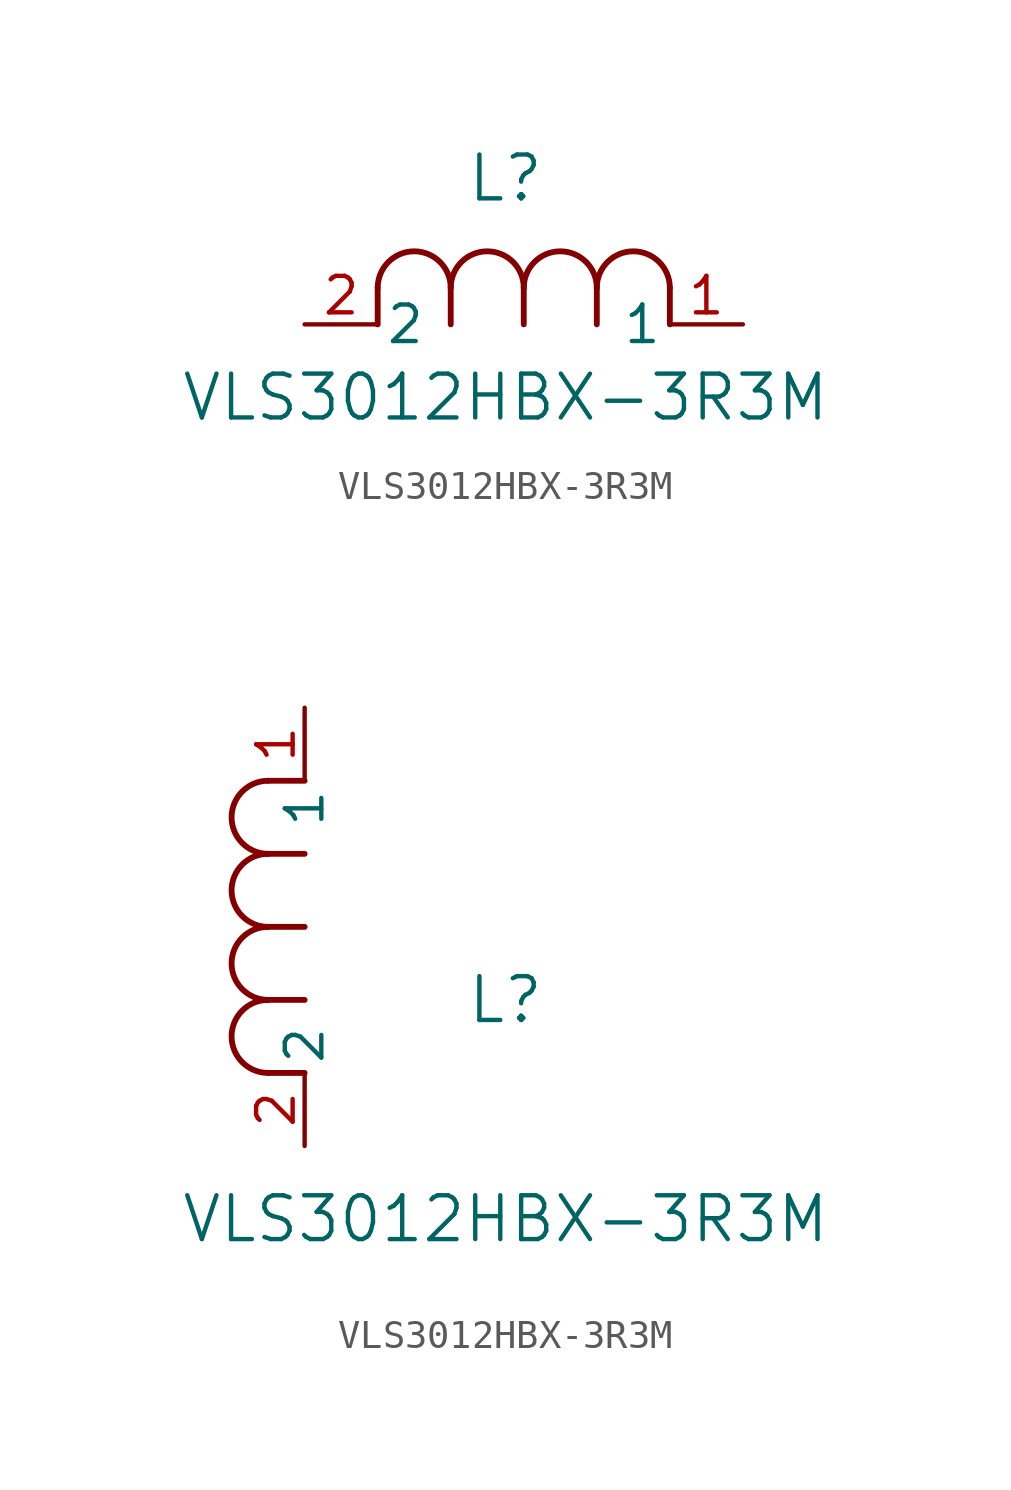
<source format=kicad_sym>
(kicad_symbol_lib
  (version 20211014)
  (generator kicad_symbol_editor)
  (symbol "VLS3012HBX-3R3M"
    (pin_names
      (offset 0.254))
    (property "Reference" "L"
      (at 6.985 5.08 0)
      (effects (font (size 1.524 1.524))))
    (property "Value" "VLS3012HBX-3R3M"
      (at 6.985 -2.54 0)
      (effects (font (size 1.524 1.524))))
    (symbol "VLS3012HBX-3R3M_1_1"
      (arc (start 7.62 1.27) (mid 6.35 2.54) (end 5.08 1.27) (stroke (width 0.2032) (type default) (color 0 0 0 0)) (fill (type none)))
      (polyline (pts (xy 5.08 0) (xy 5.08 1.27)) (stroke (width 0.203) (type default) (color 0 0 0 0)) (fill (type none)))
      (polyline (pts (xy 7.62 0) (xy 7.62 1.27)) (stroke (width 0.203) (type default) (color 0 0 0 0)) (fill (type none)))
      (polyline (pts (xy 12.7 0) (xy 12.7 1.27)) (stroke (width 0.203) (type default) (color 0 0 0 0)) (fill (type none)))
      (arc (start 5.08 1.27) (mid 3.81 2.54) (end 2.54 1.27) (stroke (width 0.2032) (type default) (color 0 0 0 0)) (fill (type none)))
      (arc (start 10.16 1.27) (mid 8.89 2.54) (end 7.62 1.27) (stroke (width 0.2032) (type default) (color 0 0 0 0)) (fill (type none)))
      (arc (start 12.7 1.27) (mid 11.43 2.54) (end 10.16 1.27) (stroke (width 0.2032) (type default) (color 0 0 0 0)) (fill (type none)))
      (polyline (pts (xy 2.54 0) (xy 2.54 1.27)) (stroke (width 0.203) (type default) (color 0 0 0 0)) (fill (type none)))
      (polyline (pts (xy 10.16 0) (xy 10.16 1.27)) (stroke (width 0.203) (type default) (color 0 0 0 0)) (fill (type none)))
      (pin unspecified line (at 0 0 0) (length 2.54) (name "2" (effects (font (size 1.27 1.27)))) (number "2" (effects (font (size 1.27 1.27)))))
      (pin unspecified line (at 15.24 0 180) (length 2.54) (name "1" (effects (font (size 1.27 1.27)))) (number "1" (effects (font (size 1.27 1.27))))))
    (symbol "VLS3012HBX-3R3M_1_2"
      (arc (start -1.27 7.62) (mid -2.54 6.35) (end -1.27 5.08) (stroke (width 0.2032) (type default) (color 0 0 0 0)) (fill (type none)))
      (arc (start -1.27 5.08) (mid -2.54 3.81) (end -1.27 2.54) (stroke (width 0.2032) (type default) (color 0 0 0 0)) (fill (type none)))
      (arc (start -1.27 12.7) (mid -2.54 11.43) (end -1.27 10.16) (stroke (width 0.2032) (type default) (color 0 0 0 0)) (fill (type none)))
      (arc (start -1.27 10.16) (mid -2.54 8.89) (end -1.27 7.62) (stroke (width 0.2032) (type default) (color 0 0 0 0)) (fill (type none)))
      (polyline (pts (xy 0 7.62) (xy -1.27 7.62)) (stroke (width 0.203) (type default) (color 0 0 0 0)) (fill (type none)))
      (polyline (pts (xy 0 5.08) (xy -1.27 5.08)) (stroke (width 0.203) (type default) (color 0 0 0 0)) (fill (type none)))
      (polyline (pts (xy 0 12.7) (xy -1.27 12.7)) (stroke (width 0.203) (type default) (color 0 0 0 0)) (fill (type none)))
      (polyline (pts (xy 0 2.54) (xy -1.27 2.54)) (stroke (width 0.203) (type default) (color 0 0 0 0)) (fill (type none)))
      (polyline (pts (xy 0 10.16) (xy -1.27 10.16)) (stroke (width 0.203) (type default) (color 0 0 0 0)) (fill (type none)))
      (pin unspecified line (at 0 0 90) (length 2.54) (name "2" (effects (font (size 1.27 1.27)))) (number "2" (effects (font (size 1.27 1.27)))))
      (pin unspecified line (at 0 15.24 270) (length 2.54) (name "1" (effects (font (size 1.27 1.27)))) (number "1" (effects (font (size 1.27 1.27))))))))
</source>
